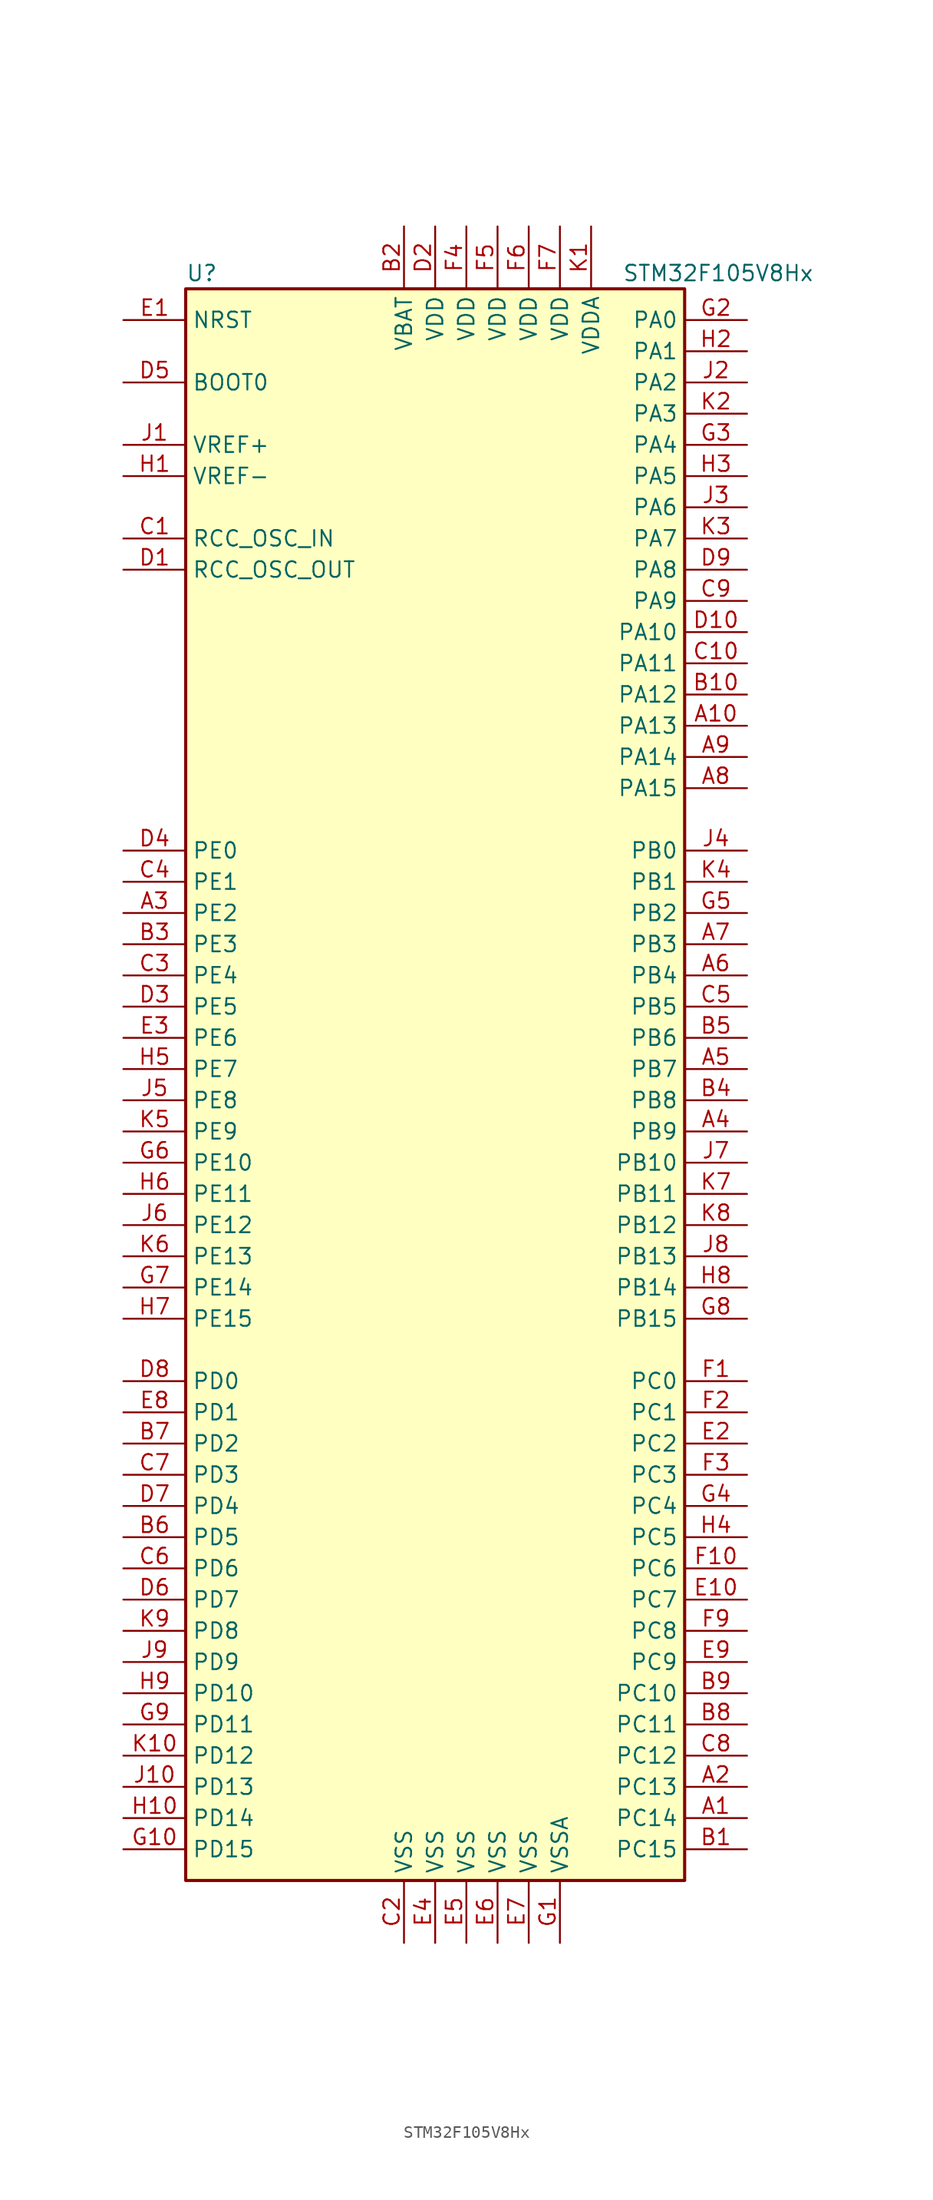
<source format=kicad_sym>
(kicad_symbol_lib
  (version 20201005)
  (generator kicad_symbol_editor)
  (symbol "MCU_ST_STM32F1:STM32F105V8Hx"
    (property "Reference" "U"
      (at -20.32 64.77 0)
      (effects (font (size 1.27 1.27)) (justify left)))
    (property "Value" "STM32F105V8Hx"
      (at 15.24 64.77 0)
      (effects (font (size 1.27 1.27)) (justify left)))
    (symbol "STM32F105V8Hx_0_1"
      (rectangle (start -20.32 -66.04) (end 20.32 63.5) (stroke (width 0.254)) (fill (type background))))
    (symbol "STM32F105V8Hx_1_1"
      (pin input line (at -25.4 55.88 0) (length 5.08) (name "BOOT0" (effects (font (size 1.27 1.27)))) (number "D5" (effects (font (size 1.27 1.27)))))
      (pin no_connect line (at -20.32 -63.5 0) (length 5.08) hide (name "NC" (effects (font (size 1.27 1.27)))) (number "F8" (effects (font (size 1.27 1.27)))))
      (pin input line (at -25.4 60.96 0) (length 5.08) (name "NRST" (effects (font (size 1.27 1.27)))) (number "E1" (effects (font (size 1.27 1.27)))))
      (pin bidirectional line (at 25.4 60.96 180) (length 5.08) (name "PA0" (effects (font (size 1.27 1.27)))) (number "G2" (effects (font (size 1.27 1.27)))))
      (pin bidirectional line (at 25.4 58.42 180) (length 5.08) (name "PA1" (effects (font (size 1.27 1.27)))) (number "H2" (effects (font (size 1.27 1.27)))))
      (pin bidirectional line (at 25.4 35.56 180) (length 5.08) (name "PA10" (effects (font (size 1.27 1.27)))) (number "D10" (effects (font (size 1.27 1.27)))))
      (pin bidirectional line (at 25.4 33.02 180) (length 5.08) (name "PA11" (effects (font (size 1.27 1.27)))) (number "C10" (effects (font (size 1.27 1.27)))))
      (pin bidirectional line (at 25.4 30.48 180) (length 5.08) (name "PA12" (effects (font (size 1.27 1.27)))) (number "B10" (effects (font (size 1.27 1.27)))))
      (pin bidirectional line (at 25.4 27.94 180) (length 5.08) (name "PA13" (effects (font (size 1.27 1.27)))) (number "A10" (effects (font (size 1.27 1.27)))))
      (pin bidirectional line (at 25.4 25.4 180) (length 5.08) (name "PA14" (effects (font (size 1.27 1.27)))) (number "A9" (effects (font (size 1.27 1.27)))))
      (pin bidirectional line (at 25.4 22.86 180) (length 5.08) (name "PA15" (effects (font (size 1.27 1.27)))) (number "A8" (effects (font (size 1.27 1.27)))))
      (pin bidirectional line (at 25.4 55.88 180) (length 5.08) (name "PA2" (effects (font (size 1.27 1.27)))) (number "J2" (effects (font (size 1.27 1.27)))))
      (pin bidirectional line (at 25.4 53.34 180) (length 5.08) (name "PA3" (effects (font (size 1.27 1.27)))) (number "K2" (effects (font (size 1.27 1.27)))))
      (pin bidirectional line (at 25.4 50.8 180) (length 5.08) (name "PA4" (effects (font (size 1.27 1.27)))) (number "G3" (effects (font (size 1.27 1.27)))))
      (pin bidirectional line (at 25.4 48.26 180) (length 5.08) (name "PA5" (effects (font (size 1.27 1.27)))) (number "H3" (effects (font (size 1.27 1.27)))))
      (pin bidirectional line (at 25.4 45.72 180) (length 5.08) (name "PA6" (effects (font (size 1.27 1.27)))) (number "J3" (effects (font (size 1.27 1.27)))))
      (pin bidirectional line (at 25.4 43.18 180) (length 5.08) (name "PA7" (effects (font (size 1.27 1.27)))) (number "K3" (effects (font (size 1.27 1.27)))))
      (pin bidirectional line (at 25.4 40.64 180) (length 5.08) (name "PA8" (effects (font (size 1.27 1.27)))) (number "D9" (effects (font (size 1.27 1.27)))))
      (pin bidirectional line (at 25.4 38.1 180) (length 5.08) (name "PA9" (effects (font (size 1.27 1.27)))) (number "C9" (effects (font (size 1.27 1.27)))))
      (pin bidirectional line (at 25.4 17.78 180) (length 5.08) (name "PB0" (effects (font (size 1.27 1.27)))) (number "J4" (effects (font (size 1.27 1.27)))))
      (pin bidirectional line (at 25.4 15.24 180) (length 5.08) (name "PB1" (effects (font (size 1.27 1.27)))) (number "K4" (effects (font (size 1.27 1.27)))))
      (pin bidirectional line (at 25.4 -7.62 180) (length 5.08) (name "PB10" (effects (font (size 1.27 1.27)))) (number "J7" (effects (font (size 1.27 1.27)))))
      (pin bidirectional line (at 25.4 -10.16 180) (length 5.08) (name "PB11" (effects (font (size 1.27 1.27)))) (number "K7" (effects (font (size 1.27 1.27)))))
      (pin bidirectional line (at 25.4 -12.7 180) (length 5.08) (name "PB12" (effects (font (size 1.27 1.27)))) (number "K8" (effects (font (size 1.27 1.27)))))
      (pin bidirectional line (at 25.4 -15.24 180) (length 5.08) (name "PB13" (effects (font (size 1.27 1.27)))) (number "J8" (effects (font (size 1.27 1.27)))))
      (pin bidirectional line (at 25.4 -17.78 180) (length 5.08) (name "PB14" (effects (font (size 1.27 1.27)))) (number "H8" (effects (font (size 1.27 1.27)))))
      (pin bidirectional line (at 25.4 -20.32 180) (length 5.08) (name "PB15" (effects (font (size 1.27 1.27)))) (number "G8" (effects (font (size 1.27 1.27)))))
      (pin bidirectional line (at 25.4 12.7 180) (length 5.08) (name "PB2" (effects (font (size 1.27 1.27)))) (number "G5" (effects (font (size 1.27 1.27)))))
      (pin bidirectional line (at 25.4 10.16 180) (length 5.08) (name "PB3" (effects (font (size 1.27 1.27)))) (number "A7" (effects (font (size 1.27 1.27)))))
      (pin bidirectional line (at 25.4 7.62 180) (length 5.08) (name "PB4" (effects (font (size 1.27 1.27)))) (number "A6" (effects (font (size 1.27 1.27)))))
      (pin bidirectional line (at 25.4 5.08 180) (length 5.08) (name "PB5" (effects (font (size 1.27 1.27)))) (number "C5" (effects (font (size 1.27 1.27)))))
      (pin bidirectional line (at 25.4 2.54 180) (length 5.08) (name "PB6" (effects (font (size 1.27 1.27)))) (number "B5" (effects (font (size 1.27 1.27)))))
      (pin bidirectional line (at 25.4 0 180) (length 5.08) (name "PB7" (effects (font (size 1.27 1.27)))) (number "A5" (effects (font (size 1.27 1.27)))))
      (pin bidirectional line (at 25.4 -2.54 180) (length 5.08) (name "PB8" (effects (font (size 1.27 1.27)))) (number "B4" (effects (font (size 1.27 1.27)))))
      (pin bidirectional line (at 25.4 -5.08 180) (length 5.08) (name "PB9" (effects (font (size 1.27 1.27)))) (number "A4" (effects (font (size 1.27 1.27)))))
      (pin bidirectional line (at 25.4 -25.4 180) (length 5.08) (name "PC0" (effects (font (size 1.27 1.27)))) (number "F1" (effects (font (size 1.27 1.27)))))
      (pin bidirectional line (at 25.4 -27.94 180) (length 5.08) (name "PC1" (effects (font (size 1.27 1.27)))) (number "F2" (effects (font (size 1.27 1.27)))))
      (pin bidirectional line (at 25.4 -50.8 180) (length 5.08) (name "PC10" (effects (font (size 1.27 1.27)))) (number "B9" (effects (font (size 1.27 1.27)))))
      (pin bidirectional line (at 25.4 -53.34 180) (length 5.08) (name "PC11" (effects (font (size 1.27 1.27)))) (number "B8" (effects (font (size 1.27 1.27)))))
      (pin bidirectional line (at 25.4 -55.88 180) (length 5.08) (name "PC12" (effects (font (size 1.27 1.27)))) (number "C8" (effects (font (size 1.27 1.27)))))
      (pin bidirectional line (at 25.4 -58.42 180) (length 5.08) (name "PC13" (effects (font (size 1.27 1.27)))) (number "A2" (effects (font (size 1.27 1.27)))))
      (pin bidirectional line (at 25.4 -60.96 180) (length 5.08) (name "PC14" (effects (font (size 1.27 1.27)))) (number "A1" (effects (font (size 1.27 1.27)))))
      (pin bidirectional line (at 25.4 -63.5 180) (length 5.08) (name "PC15" (effects (font (size 1.27 1.27)))) (number "B1" (effects (font (size 1.27 1.27)))))
      (pin bidirectional line (at 25.4 -30.48 180) (length 5.08) (name "PC2" (effects (font (size 1.27 1.27)))) (number "E2" (effects (font (size 1.27 1.27)))))
      (pin bidirectional line (at 25.4 -33.02 180) (length 5.08) (name "PC3" (effects (font (size 1.27 1.27)))) (number "F3" (effects (font (size 1.27 1.27)))))
      (pin bidirectional line (at 25.4 -35.56 180) (length 5.08) (name "PC4" (effects (font (size 1.27 1.27)))) (number "G4" (effects (font (size 1.27 1.27)))))
      (pin bidirectional line (at 25.4 -38.1 180) (length 5.08) (name "PC5" (effects (font (size 1.27 1.27)))) (number "H4" (effects (font (size 1.27 1.27)))))
      (pin bidirectional line (at 25.4 -40.64 180) (length 5.08) (name "PC6" (effects (font (size 1.27 1.27)))) (number "F10" (effects (font (size 1.27 1.27)))))
      (pin bidirectional line (at 25.4 -43.18 180) (length 5.08) (name "PC7" (effects (font (size 1.27 1.27)))) (number "E10" (effects (font (size 1.27 1.27)))))
      (pin bidirectional line (at 25.4 -45.72 180) (length 5.08) (name "PC8" (effects (font (size 1.27 1.27)))) (number "F9" (effects (font (size 1.27 1.27)))))
      (pin bidirectional line (at 25.4 -48.26 180) (length 5.08) (name "PC9" (effects (font (size 1.27 1.27)))) (number "E9" (effects (font (size 1.27 1.27)))))
      (pin bidirectional line (at -25.4 -25.4 0) (length 5.08) (name "PD0" (effects (font (size 1.27 1.27)))) (number "D8" (effects (font (size 1.27 1.27)))))
      (pin bidirectional line (at -25.4 -27.94 0) (length 5.08) (name "PD1" (effects (font (size 1.27 1.27)))) (number "E8" (effects (font (size 1.27 1.27)))))
      (pin bidirectional line (at -25.4 -50.8 0) (length 5.08) (name "PD10" (effects (font (size 1.27 1.27)))) (number "H9" (effects (font (size 1.27 1.27)))))
      (pin bidirectional line (at -25.4 -53.34 0) (length 5.08) (name "PD11" (effects (font (size 1.27 1.27)))) (number "G9" (effects (font (size 1.27 1.27)))))
      (pin bidirectional line (at -25.4 -55.88 0) (length 5.08) (name "PD12" (effects (font (size 1.27 1.27)))) (number "K10" (effects (font (size 1.27 1.27)))))
      (pin bidirectional line (at -25.4 -58.42 0) (length 5.08) (name "PD13" (effects (font (size 1.27 1.27)))) (number "J10" (effects (font (size 1.27 1.27)))))
      (pin bidirectional line (at -25.4 -60.96 0) (length 5.08) (name "PD14" (effects (font (size 1.27 1.27)))) (number "H10" (effects (font (size 1.27 1.27)))))
      (pin bidirectional line (at -25.4 -63.5 0) (length 5.08) (name "PD15" (effects (font (size 1.27 1.27)))) (number "G10" (effects (font (size 1.27 1.27)))))
      (pin bidirectional line (at -25.4 -30.48 0) (length 5.08) (name "PD2" (effects (font (size 1.27 1.27)))) (number "B7" (effects (font (size 1.27 1.27)))))
      (pin bidirectional line (at -25.4 -33.02 0) (length 5.08) (name "PD3" (effects (font (size 1.27 1.27)))) (number "C7" (effects (font (size 1.27 1.27)))))
      (pin bidirectional line (at -25.4 -35.56 0) (length 5.08) (name "PD4" (effects (font (size 1.27 1.27)))) (number "D7" (effects (font (size 1.27 1.27)))))
      (pin bidirectional line (at -25.4 -38.1 0) (length 5.08) (name "PD5" (effects (font (size 1.27 1.27)))) (number "B6" (effects (font (size 1.27 1.27)))))
      (pin bidirectional line (at -25.4 -40.64 0) (length 5.08) (name "PD6" (effects (font (size 1.27 1.27)))) (number "C6" (effects (font (size 1.27 1.27)))))
      (pin bidirectional line (at -25.4 -43.18 0) (length 5.08) (name "PD7" (effects (font (size 1.27 1.27)))) (number "D6" (effects (font (size 1.27 1.27)))))
      (pin bidirectional line (at -25.4 -45.72 0) (length 5.08) (name "PD8" (effects (font (size 1.27 1.27)))) (number "K9" (effects (font (size 1.27 1.27)))))
      (pin bidirectional line (at -25.4 -48.26 0) (length 5.08) (name "PD9" (effects (font (size 1.27 1.27)))) (number "J9" (effects (font (size 1.27 1.27)))))
      (pin bidirectional line (at -25.4 17.78 0) (length 5.08) (name "PE0" (effects (font (size 1.27 1.27)))) (number "D4" (effects (font (size 1.27 1.27)))))
      (pin bidirectional line (at -25.4 15.24 0) (length 5.08) (name "PE1" (effects (font (size 1.27 1.27)))) (number "C4" (effects (font (size 1.27 1.27)))))
      (pin bidirectional line (at -25.4 -7.62 0) (length 5.08) (name "PE10" (effects (font (size 1.27 1.27)))) (number "G6" (effects (font (size 1.27 1.27)))))
      (pin bidirectional line (at -25.4 -10.16 0) (length 5.08) (name "PE11" (effects (font (size 1.27 1.27)))) (number "H6" (effects (font (size 1.27 1.27)))))
      (pin bidirectional line (at -25.4 -12.7 0) (length 5.08) (name "PE12" (effects (font (size 1.27 1.27)))) (number "J6" (effects (font (size 1.27 1.27)))))
      (pin bidirectional line (at -25.4 -15.24 0) (length 5.08) (name "PE13" (effects (font (size 1.27 1.27)))) (number "K6" (effects (font (size 1.27 1.27)))))
      (pin bidirectional line (at -25.4 -17.78 0) (length 5.08) (name "PE14" (effects (font (size 1.27 1.27)))) (number "G7" (effects (font (size 1.27 1.27)))))
      (pin bidirectional line (at -25.4 -20.32 0) (length 5.08) (name "PE15" (effects (font (size 1.27 1.27)))) (number "H7" (effects (font (size 1.27 1.27)))))
      (pin bidirectional line (at -25.4 12.7 0) (length 5.08) (name "PE2" (effects (font (size 1.27 1.27)))) (number "A3" (effects (font (size 1.27 1.27)))))
      (pin bidirectional line (at -25.4 10.16 0) (length 5.08) (name "PE3" (effects (font (size 1.27 1.27)))) (number "B3" (effects (font (size 1.27 1.27)))))
      (pin bidirectional line (at -25.4 7.62 0) (length 5.08) (name "PE4" (effects (font (size 1.27 1.27)))) (number "C3" (effects (font (size 1.27 1.27)))))
      (pin bidirectional line (at -25.4 5.08 0) (length 5.08) (name "PE5" (effects (font (size 1.27 1.27)))) (number "D3" (effects (font (size 1.27 1.27)))))
      (pin bidirectional line (at -25.4 2.54 0) (length 5.08) (name "PE6" (effects (font (size 1.27 1.27)))) (number "E3" (effects (font (size 1.27 1.27)))))
      (pin bidirectional line (at -25.4 0 0) (length 5.08) (name "PE7" (effects (font (size 1.27 1.27)))) (number "H5" (effects (font (size 1.27 1.27)))))
      (pin bidirectional line (at -25.4 -2.54 0) (length 5.08) (name "PE8" (effects (font (size 1.27 1.27)))) (number "J5" (effects (font (size 1.27 1.27)))))
      (pin bidirectional line (at -25.4 -5.08 0) (length 5.08) (name "PE9" (effects (font (size 1.27 1.27)))) (number "K5" (effects (font (size 1.27 1.27)))))
      (pin input line (at -25.4 43.18 0) (length 5.08) (name "RCC_OSC_IN" (effects (font (size 1.27 1.27)))) (number "C1" (effects (font (size 1.27 1.27)))))
      (pin input line (at -25.4 40.64 0) (length 5.08) (name "RCC_OSC_OUT" (effects (font (size 1.27 1.27)))) (number "D1" (effects (font (size 1.27 1.27)))))
      (pin power_in line (at -2.54 68.58 270) (length 5.08) (name "VBAT" (effects (font (size 1.27 1.27)))) (number "B2" (effects (font (size 1.27 1.27)))))
      (pin power_in line (at 0 68.58 270) (length 5.08) (name "VDD" (effects (font (size 1.27 1.27)))) (number "D2" (effects (font (size 1.27 1.27)))))
      (pin power_in line (at 2.54 68.58 270) (length 5.08) (name "VDD" (effects (font (size 1.27 1.27)))) (number "F4" (effects (font (size 1.27 1.27)))))
      (pin power_in line (at 5.08 68.58 270) (length 5.08) (name "VDD" (effects (font (size 1.27 1.27)))) (number "F5" (effects (font (size 1.27 1.27)))))
      (pin power_in line (at 7.62 68.58 270) (length 5.08) (name "VDD" (effects (font (size 1.27 1.27)))) (number "F6" (effects (font (size 1.27 1.27)))))
      (pin power_in line (at 10.16 68.58 270) (length 5.08) (name "VDD" (effects (font (size 1.27 1.27)))) (number "F7" (effects (font (size 1.27 1.27)))))
      (pin power_in line (at 12.7 68.58 270) (length 5.08) (name "VDDA" (effects (font (size 1.27 1.27)))) (number "K1" (effects (font (size 1.27 1.27)))))
      (pin power_in line (at -25.4 50.8 0) (length 5.08) (name "VREF+" (effects (font (size 1.27 1.27)))) (number "J1" (effects (font (size 1.27 1.27)))))
      (pin power_in line (at -25.4 48.26 0) (length 5.08) (name "VREF-" (effects (font (size 1.27 1.27)))) (number "H1" (effects (font (size 1.27 1.27)))))
      (pin power_in line (at -2.54 -71.12 90) (length 5.08) (name "VSS" (effects (font (size 1.27 1.27)))) (number "C2" (effects (font (size 1.27 1.27)))))
      (pin power_in line (at 0 -71.12 90) (length 5.08) (name "VSS" (effects (font (size 1.27 1.27)))) (number "E4" (effects (font (size 1.27 1.27)))))
      (pin power_in line (at 2.54 -71.12 90) (length 5.08) (name "VSS" (effects (font (size 1.27 1.27)))) (number "E5" (effects (font (size 1.27 1.27)))))
      (pin power_in line (at 5.08 -71.12 90) (length 5.08) (name "VSS" (effects (font (size 1.27 1.27)))) (number "E6" (effects (font (size 1.27 1.27)))))
      (pin power_in line (at 7.62 -71.12 90) (length 5.08) (name "VSS" (effects (font (size 1.27 1.27)))) (number "E7" (effects (font (size 1.27 1.27)))))
      (pin power_in line (at 10.16 -71.12 90) (length 5.08) (name "VSSA" (effects (font (size 1.27 1.27)))) (number "G1" (effects (font (size 1.27 1.27))))))))
</source>
